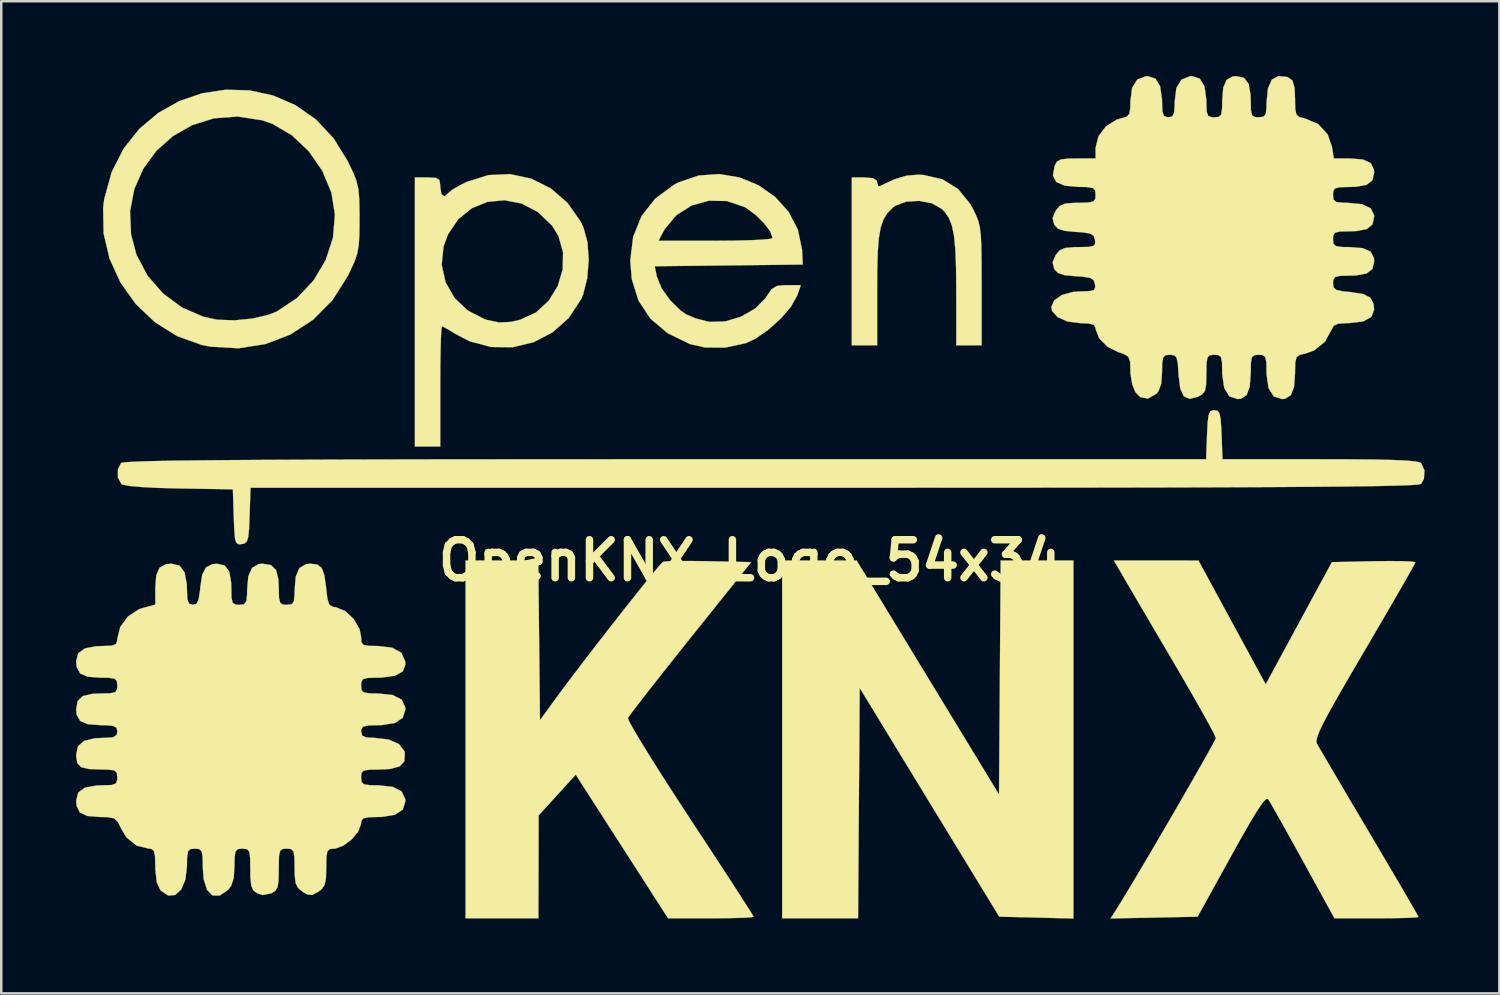
<source format=kicad_pcb>
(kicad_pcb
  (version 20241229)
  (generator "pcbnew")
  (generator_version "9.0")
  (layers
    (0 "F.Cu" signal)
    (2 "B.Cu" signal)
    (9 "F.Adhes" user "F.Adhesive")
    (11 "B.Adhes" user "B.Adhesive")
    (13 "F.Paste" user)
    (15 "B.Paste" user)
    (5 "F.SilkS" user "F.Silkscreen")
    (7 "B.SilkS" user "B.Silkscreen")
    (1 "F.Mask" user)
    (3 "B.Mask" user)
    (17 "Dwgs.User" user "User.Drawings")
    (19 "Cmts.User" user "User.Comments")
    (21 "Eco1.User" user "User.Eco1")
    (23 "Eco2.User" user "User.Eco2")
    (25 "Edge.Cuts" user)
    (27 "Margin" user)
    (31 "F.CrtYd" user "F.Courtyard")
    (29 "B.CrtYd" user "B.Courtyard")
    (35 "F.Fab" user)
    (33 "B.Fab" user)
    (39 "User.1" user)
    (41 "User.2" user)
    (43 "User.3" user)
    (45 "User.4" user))
  (footprint "OpenKNX_Logo_54x34"
    (layer "F.Cu")
    (at 27.056 19.436)
    (property "Reference" "OpenKNX_Logo_54x34" (at 0 0 0) (layer "F.SilkS") (effects (font (size 1.524 1.524) (thickness 0.3))))
    (attr through_hole)
    (fp_poly (pts (xy 7.114 4.693) (xy 9.97 9.386) (xy 10.003 4.693) (xy 10.036 0) (xy 12.954 0) (xy 12.954 14.359) (xy 9.979 14.287) (xy 4.381 5.111) (xy 4.315 14.351) (xy 1.27 14.351) (xy 1.27 0) (xy 4.258 0) (xy 7.114 4.693)) (stroke (width 0.01) (type solid)) (fill yes) (layer "F.SilkS"))
    (fp_poly (pts (xy 6.942 -15.466) (xy 7.704 -15.291) (xy 8.329 -14.902) (xy 8.82 -14.297) (xy 8.938 -14.081) (xy 9.054 -13.837) (xy 9.14 -13.614) (xy 9.2 -13.368) (xy 9.238 -13.055) (xy 9.259 -12.631) (xy 9.269 -12.052) (xy 9.271 -11.275) (xy 9.271 -11.024) (xy 9.271 -8.636) (xy 8.255 -8.636) (xy 8.254 -10.763) (xy 8.246 -11.719) (xy 8.219 -12.459) (xy 8.166 -13.019) (xy 8.08 -13.436) (xy 7.956 -13.748) (xy 7.786 -13.991) (xy 7.673 -14.106) (xy 7.278 -14.331) (xy 6.769 -14.428) (xy 6.246 -14.397) (xy 5.809 -14.234) (xy 5.711 -14.161) (xy 5.497 -13.941) (xy 5.337 -13.688) (xy 5.223 -13.364) (xy 5.148 -12.931) (xy 5.104 -12.35) (xy 5.084 -11.582) (xy 5.08 -10.863) (xy 5.08 -8.636) (xy 4.064 -8.636) (xy 4.064 -15.367) (xy 4.572 -15.367) (xy 4.919 -15.338) (xy 5.066 -15.239) (xy 5.08 -15.166) (xy 5.127 -15.017) (xy 5.175 -15.014) (xy 5.77 -15.291) (xy 6.254 -15.438) (xy 6.715 -15.477) (xy 6.942 -15.466)) (stroke (width 0.01) (type solid)) (fill yes) (layer "F.SilkS"))
    (fp_poly (pts (xy -8.479 3.204) (xy -8.445 6.407) (xy -7.942 5.712) (xy -7.576 5.214) (xy -7.132 4.623) (xy -6.632 3.968) (xy -6.102 3.279) (xy -5.564 2.588) (xy -5.042 1.923) (xy -4.56 1.315) (xy -4.141 0.793) (xy -3.808 0.388) (xy -3.586 0.131) (xy -3.502 0.05) (xy -3.325 0.031) (xy -2.946 0.02) (xy -2.418 0.018) (xy -1.793 0.025) (xy -1.663 0.028) (xy 0.026 0.064) (xy -2.415 3.111) (xy -3.024 3.874) (xy -3.581 4.578) (xy -4.067 5.196) (xy -4.462 5.704) (xy -4.746 6.075) (xy -4.898 6.285) (xy -4.918 6.319) (xy -4.865 6.458) (xy -4.685 6.783) (xy -4.395 7.27) (xy -4.01 7.895) (xy -3.544 8.633) (xy -3.013 9.458) (xy -2.432 10.347) (xy -2.427 10.355) (xy -1.844 11.24) (xy -1.309 12.058) (xy -0.835 12.784) (xy -0.439 13.394) (xy -0.137 13.865) (xy 0.057 14.172) (xy 0.127 14.291) (xy 0.127 14.291) (xy 0.008 14.313) (xy -0.319 14.331) (xy -0.808 14.344) (xy -1.412 14.351) (xy -1.59 14.351) (xy -3.307 14.351) (xy -4.184 12.986) (xy -4.612 12.32) (xy -5.112 11.542) (xy -5.62 10.752) (xy -6.036 10.104) (xy -7.011 8.588) (xy -7.754 9.406) (xy -8.498 10.223) (xy -8.503 12.287) (xy -8.509 14.351) (xy -11.43 14.351) (xy -11.43 0) (xy -8.513 0) (xy -8.479 3.204)) (stroke (width 0.01) (type solid)) (fill yes) (layer "F.SilkS"))
    (fp_poly (pts (xy -8.794 -15.319) (xy -8.017 -14.932) (xy -7.346 -14.355) (xy -6.818 -13.602) (xy -6.7 -13.357) (xy -6.539 -12.769) (xy -6.49 -12.057) (xy -6.55 -11.323) (xy -6.715 -10.669) (xy -6.792 -10.49) (xy -7.29 -9.734) (xy -7.942 -9.152) (xy -8.706 -8.756) (xy -9.543 -8.556) (xy -10.409 -8.566) (xy -11.266 -8.795) (xy -11.84 -9.094) (xy -12.141 -9.278) (xy -12.343 -9.386) (xy -12.38 -9.398) (xy -12.4 -9.278) (xy -12.418 -8.942) (xy -12.433 -8.431) (xy -12.442 -7.782) (xy -12.446 -7.036) (xy -12.446 -6.985) (xy -12.446 -4.572) (xy -13.462 -4.572) (xy -13.462 -11.862) (xy -12.388 -11.862) (xy -12.232 -11.161) (xy -11.874 -10.535) (xy -11.339 -10.026) (xy -10.654 -9.678) (xy -10.571 -9.651) (xy -10.077 -9.549) (xy -9.603 -9.574) (xy -9.236 -9.66) (xy -8.598 -9.956) (xy -8.091 -10.425) (xy -7.73 -11.016) (xy -7.534 -11.678) (xy -7.519 -12.363) (xy -7.702 -13.018) (xy -7.958 -13.435) (xy -8.534 -13.985) (xy -9.184 -14.322) (xy -9.868 -14.454) (xy -10.546 -14.389) (xy -11.177 -14.135) (xy -11.719 -13.699) (xy -12.132 -13.09) (xy -12.315 -12.594) (xy -12.388 -11.862) (xy -13.462 -11.862) (xy -13.462 -15.367) (xy -12.954 -15.367) (xy -12.628 -15.352) (xy -12.483 -15.27) (xy -12.447 -15.068) (xy -12.446 -14.986) (xy -12.398 -14.696) (xy -12.278 -14.606) (xy -12.122 -14.743) (xy -12.12 -14.745) (xy -11.964 -14.873) (xy -11.653 -15.054) (xy -11.383 -15.188) (xy -10.515 -15.462) (xy -9.64 -15.501) (xy -8.794 -15.319)) (stroke (width 0.01) (type solid)) (fill yes) (layer "F.SilkS"))
    (fp_poly (pts (xy -0.436 -15.366) (xy 0.323 -15.054) (xy 0.991 -14.586) (xy 1.53 -13.984) (xy 1.902 -13.27) (xy 2.069 -12.463) (xy 2.072 -12.409) (xy 2.095 -11.874) (xy -0.873 -11.84) (xy -3.841 -11.806) (xy -3.759 -11.396) (xy -3.572 -10.932) (xy -3.229 -10.445) (xy -2.801 -10.027) (xy -2.579 -9.875) (xy -2.208 -9.716) (xy -1.749 -9.595) (xy -1.622 -9.573) (xy -1.008 -9.593) (xy -0.376 -9.784) (xy 0.189 -10.108) (xy 0.603 -10.527) (xy 0.648 -10.598) (xy 0.847 -10.886) (xy 1.06 -11.016) (xy 1.397 -11.049) (xy 1.466 -11.049) (xy 2.019 -11.049) (xy 1.875 -10.636) (xy 1.631 -10.196) (xy 1.225 -9.717) (xy 0.724 -9.264) (xy 0.2 -8.901) (xy -0.182 -8.722) (xy -1.004 -8.544) (xy -1.827 -8.547) (xy -2.428 -8.684) (xy -3.32 -9.117) (xy -4.01 -9.7) (xy -4.493 -10.428) (xy -4.763 -11.292) (xy -4.823 -12.029) (xy -4.726 -12.827) (xy -3.69 -12.827) (xy -1.4 -12.827) (xy -0.669 -12.833) (xy -0.035 -12.848) (xy 0.463 -12.873) (xy 0.784 -12.903) (xy 0.889 -12.935) (xy 0.793 -13.198) (xy 0.544 -13.531) (xy 0.204 -13.867) (xy -0.165 -14.139) (xy -0.242 -14.183) (xy -0.947 -14.422) (xy -1.673 -14.436) (xy -2.366 -14.241) (xy -2.974 -13.854) (xy -3.445 -13.29) (xy -3.508 -13.176) (xy -3.69 -12.827) (xy -4.726 -12.827) (xy -4.707 -12.985) (xy -4.369 -13.82) (xy -3.818 -14.522) (xy -3.062 -15.077) (xy -2.89 -15.168) (xy -2.081 -15.444) (xy -1.25 -15.504) (xy -0.436 -15.366)) (stroke (width 0.01) (type solid)) (fill yes) (layer "F.SilkS"))
    (fp_poly (pts (xy -20.087 -18.859) (xy -19.146 -18.654) (xy -18.253 -18.267) (xy -17.434 -17.695) (xy -16.72 -16.933) (xy -16.164 -16.032) (xy -15.949 -15.585) (xy -15.81 -15.236) (xy -15.731 -14.905) (xy -15.695 -14.51) (xy -15.685 -13.973) (xy -15.684 -13.716) (xy -15.689 -13.103) (xy -15.713 -12.665) (xy -15.774 -12.319) (xy -15.888 -11.986) (xy -16.073 -11.585) (xy -16.164 -11.4) (xy -16.77 -10.445) (xy -17.542 -9.664) (xy -18.449 -9.072) (xy -19.459 -8.684) (xy -20.54 -8.515) (xy -21.661 -8.579) (xy -22.02 -8.65) (xy -23.011 -9.007) (xy -23.9 -9.567) (xy -24.662 -10.294) (xy -25.274 -11.154) (xy -25.711 -12.11) (xy -25.951 -13.127) (xy -25.966 -14.016) (xy -24.889 -14.016) (xy -24.849 -13.082) (xy -24.634 -12.273) (xy -24.194 -11.434) (xy -23.568 -10.713) (xy -22.803 -10.148) (xy -21.944 -9.777) (xy -21.401 -9.662) (xy -20.71 -9.635) (xy -19.983 -9.706) (xy -19.327 -9.859) (xy -19.004 -9.989) (xy -18.188 -10.533) (xy -17.527 -11.234) (xy -17.042 -12.052) (xy -16.75 -12.946) (xy -16.67 -13.875) (xy -16.811 -14.757) (xy -17.18 -15.642) (xy -17.725 -16.425) (xy -18.405 -17.065) (xy -19.178 -17.518) (xy -19.591 -17.662) (xy -20.58 -17.812) (xy -21.523 -17.74) (xy -22.396 -17.468) (xy -23.175 -17.024) (xy -23.837 -16.432) (xy -24.359 -15.716) (xy -24.718 -14.903) (xy -24.889 -14.016) (xy -25.966 -14.016) (xy -25.969 -14.169) (xy -25.923 -14.51) (xy -25.621 -15.595) (xy -25.141 -16.534) (xy -24.51 -17.323) (xy -23.757 -17.957) (xy -22.91 -18.433) (xy -21.997 -18.744) (xy -21.047 -18.888) (xy -20.087 -18.859)) (stroke (width 0.01) (type solid)) (fill yes) (layer "F.SilkS"))
    (fp_poly (pts (xy 18.735 -6.008) (xy 18.815 -5.901) (xy 18.861 -5.66) (xy 18.889 -5.233) (xy 18.897 -5.048) (xy 18.934 -4.064) (xy 22.84 -4.064) (xy 24.039 -4.061) (xy 25.002 -4.052) (xy 25.747 -4.035) (xy 26.292 -4.011) (xy 26.656 -3.978) (xy 26.855 -3.936) (xy 26.899 -3.912) (xy 27.035 -3.621) (xy 27.015 -3.277) (xy 26.899 -3.073) (xy 26.824 -3.054) (xy 26.634 -3.036) (xy 26.32 -3.019) (xy 25.875 -3.004) (xy 25.289 -2.991) (xy 24.554 -2.979) (xy 23.661 -2.968) (xy 22.603 -2.959) (xy 21.369 -2.95) (xy 19.952 -2.943) (xy 18.343 -2.937) (xy 16.534 -2.932) (xy 14.516 -2.928) (xy 12.281 -2.925) (xy 9.819 -2.923) (xy 7.123 -2.922) (xy 4.184 -2.921) (xy 3.345 -2.921) (xy -20.056 -2.921) (xy -20.093 -1.81) (xy -20.115 -1.275) (xy -20.148 -0.943) (xy -20.206 -0.763) (xy -20.302 -0.683) (xy -20.41 -0.659) (xy -20.545 -0.653) (xy -20.63 -0.716) (xy -20.68 -0.894) (xy -20.708 -1.234) (xy -20.728 -1.738) (xy -20.765 -2.857) (xy -22.914 -2.892) (xy -23.76 -2.914) (xy -24.439 -2.949) (xy -24.927 -2.994) (xy -25.197 -3.048) (xy -25.232 -3.067) (xy -25.377 -3.328) (xy -25.376 -3.662) (xy -25.248 -3.912) (xy -25.172 -3.932) (xy -24.98 -3.95) (xy -24.664 -3.967) (xy -24.214 -3.983) (xy -23.623 -3.997) (xy -22.88 -4.009) (xy -21.977 -4.02) (xy -20.905 -4.029) (xy -19.656 -4.037) (xy -18.22 -4.044) (xy -16.589 -4.05) (xy -14.754 -4.055) (xy -12.705 -4.059) (xy -10.434 -4.061) (xy -7.933 -4.063) (xy -5.192 -4.064) (xy -3.409 -4.064) (xy 18.277 -4.064) (xy 18.314 -5.048) (xy 18.339 -5.546) (xy 18.378 -5.841) (xy 18.446 -5.986) (xy 18.558 -6.031) (xy 18.605 -6.032) (xy 18.735 -6.008)) (stroke (width 0.01) (type solid)) (fill yes) (layer "F.SilkS"))
    (fp_poly (pts (xy 16.276 0.000429) (xy 17.971 0.001) (xy 19.319 2.484) (xy 20.668 4.967) (xy 23.323 0.064) (xy 24.996 0.028) (xy 25.615 0.021) (xy 26.13 0.025) (xy 26.495 0.04) (xy 26.664 0.065) (xy 26.67 0.071) (xy 26.608 0.196) (xy 26.432 0.513) (xy 26.158 0.995) (xy 25.801 1.615) (xy 25.376 2.347) (xy 24.899 3.163) (xy 24.629 3.623) (xy 24.053 4.606) (xy 23.597 5.396) (xy 23.249 6.014) (xy 22.997 6.483) (xy 22.83 6.827) (xy 22.736 7.069) (xy 22.702 7.231) (xy 22.718 7.337) (xy 22.725 7.35) (xy 22.822 7.521) (xy 23.032 7.88) (xy 23.337 8.4) (xy 23.719 9.05) (xy 24.163 9.801) (xy 24.65 10.624) (xy 24.829 10.927) (xy 25.319 11.756) (xy 25.765 12.513) (xy 26.151 13.171) (xy 26.46 13.702) (xy 26.677 14.08) (xy 26.787 14.278) (xy 26.797 14.3) (xy 26.678 14.319) (xy 26.351 14.334) (xy 25.864 14.346) (xy 25.263 14.351) (xy 25.111 14.351) (xy 23.426 14.351) (xy 22.159 12.046) (xy 21.771 11.343) (xy 21.418 10.709) (xy 21.121 10.181) (xy 20.901 9.795) (xy 20.777 9.587) (xy 20.764 9.567) (xy 20.689 9.564) (xy 20.554 9.703) (xy 20.348 10) (xy 20.059 10.473) (xy 19.676 11.141) (xy 19.287 11.84) (xy 17.936 14.287) (xy 16.19 14.323) (xy 14.444 14.358) (xy 14.631 14.069) (xy 14.85 13.719) (xy 15.152 13.221) (xy 15.519 12.607) (xy 15.933 11.908) (xy 16.373 11.158) (xy 16.823 10.388) (xy 17.262 9.63) (xy 17.673 8.916) (xy 18.037 8.28) (xy 18.335 7.751) (xy 18.548 7.364) (xy 18.658 7.15) (xy 18.669 7.119) (xy 18.607 6.973) (xy 18.432 6.639) (xy 18.161 6.148) (xy 17.811 5.529) (xy 17.4 4.815) (xy 16.975 4.087) (xy 16.499 3.278) (xy 16.047 2.509) (xy 15.641 1.817) (xy 15.303 1.24) (xy 15.053 0.814) (xy 14.931 0.603) (xy 14.581 0) (xy 16.276 0.000429)) (stroke (width 0.01) (type solid)) (fill yes) (layer "F.SilkS"))
    (fp_poly (pts (xy 19.799 -19.36) (xy 19.981 -19.125) (xy 20.059 -18.693) (xy 20.066 -18.453) (xy 20.075 -18.062) (xy 20.122 -17.862) (xy 20.236 -17.789) (xy 20.384 -17.78) (xy 20.578 -17.803) (xy 20.671 -17.918) (xy 20.7 -18.192) (xy 20.701 -18.36) (xy 20.755 -18.932) (xy 20.915 -19.292) (xy 21.174 -19.43) (xy 21.203 -19.431) (xy 21.542 -19.397) (xy 21.737 -19.261) (xy 21.825 -18.971) (xy 21.844 -18.544) (xy 21.851 -18.131) (xy 21.893 -17.904) (xy 22.006 -17.795) (xy 22.222 -17.736) (xy 22.251 -17.73) (xy 22.777 -17.506) (xy 23.152 -17.096) (xy 23.323 -16.613) (xy 23.4 -16.129) (xy 24.057 -16.129) (xy 24.574 -16.086) (xy 24.881 -15.944) (xy 25.01 -15.684) (xy 25.019 -15.557) (xy 24.948 -15.253) (xy 24.713 -15.071) (xy 24.281 -14.993) (xy 24.041 -14.986) (xy 23.65 -14.977) (xy 23.45 -14.93) (xy 23.377 -14.816) (xy 23.368 -14.668) (xy 23.391 -14.474) (xy 23.506 -14.381) (xy 23.78 -14.352) (xy 23.948 -14.351) (xy 24.526 -14.296) (xy 24.881 -14.129) (xy 25.017 -13.848) (xy 25.019 -13.8) (xy 24.952 -13.487) (xy 24.728 -13.299) (xy 24.313 -13.217) (xy 24.041 -13.208) (xy 23.65 -13.199) (xy 23.45 -13.152) (xy 23.377 -13.038) (xy 23.368 -12.89) (xy 23.387 -12.706) (xy 23.486 -12.612) (xy 23.729 -12.577) (xy 24.041 -12.573) (xy 24.562 -12.531) (xy 24.874 -12.394) (xy 25.008 -12.142) (xy 25.019 -12.002) (xy 24.948 -11.697) (xy 24.713 -11.515) (xy 24.281 -11.437) (xy 24.041 -11.43) (xy 23.65 -11.42) (xy 23.449 -11.373) (xy 23.377 -11.259) (xy 23.368 -11.128) (xy 23.392 -10.954) (xy 23.505 -10.854) (xy 23.767 -10.798) (xy 24.078 -10.768) (xy 24.575 -10.692) (xy 24.867 -10.544) (xy 24.997 -10.29) (xy 25.017 -10.069) (xy 24.908 -9.773) (xy 24.575 -9.592) (xy 24.017 -9.525) (xy 23.956 -9.525) (xy 23.588 -9.505) (xy 23.395 -9.421) (xy 23.299 -9.24) (xy 23.298 -9.239) (xy 23.037 -8.771) (xy 22.613 -8.429) (xy 22.268 -8.306) (xy 22.029 -8.25) (xy 21.902 -8.153) (xy 21.853 -7.945) (xy 21.844 -7.559) (xy 21.844 -7.504) (xy 21.804 -6.96) (xy 21.674 -6.631) (xy 21.441 -6.488) (xy 21.32 -6.477) (xy 20.988 -6.587) (xy 20.783 -6.918) (xy 20.702 -7.47) (xy 20.701 -7.566) (xy 20.693 -7.962) (xy 20.648 -8.168) (xy 20.538 -8.244) (xy 20.384 -8.255) (xy 20.205 -8.238) (xy 20.11 -8.147) (xy 20.073 -7.921) (xy 20.066 -7.518) (xy 20.027 -6.971) (xy 19.901 -6.638) (xy 19.673 -6.49) (xy 19.542 -6.477) (xy 19.21 -6.587) (xy 19.005 -6.918) (xy 18.924 -7.47) (xy 18.923 -7.566) (xy 18.915 -7.962) (xy 18.87 -8.168) (xy 18.76 -8.244) (xy 18.605 -8.255) (xy 18.43 -8.239) (xy 18.335 -8.151) (xy 18.296 -7.932) (xy 18.288 -7.522) (xy 18.288 -7.49) (xy 18.278 -7.058) (xy 18.23 -6.806) (xy 18.119 -6.664) (xy 17.961 -6.576) (xy 17.619 -6.485) (xy 17.384 -6.588) (xy 17.24 -6.901) (xy 17.172 -7.443) (xy 17.171 -7.474) (xy 17.143 -7.904) (xy 17.093 -8.138) (xy 16.997 -8.235) (xy 16.827 -8.255) (xy 16.821 -8.255) (xy 16.641 -8.235) (xy 16.548 -8.134) (xy 16.514 -7.889) (xy 16.51 -7.576) (xy 16.477 -7.093) (xy 16.367 -6.791) (xy 16.278 -6.687) (xy 15.942 -6.496) (xy 15.637 -6.557) (xy 15.438 -6.759) (xy 15.314 -7.064) (xy 15.245 -7.484) (xy 15.24 -7.628) (xy 15.227 -7.99) (xy 15.151 -8.184) (xy 14.953 -8.297) (xy 14.746 -8.363) (xy 14.314 -8.581) (xy 13.992 -8.909) (xy 13.846 -9.276) (xy 13.843 -9.33) (xy 13.779 -9.452) (xy 13.555 -9.512) (xy 13.208 -9.525) (xy 12.713 -9.59) (xy 12.324 -9.763) (xy 12.098 -10.011) (xy 12.065 -10.16) (xy 12.182 -10.436) (xy 12.494 -10.652) (xy 12.944 -10.777) (xy 13.217 -10.795) (xy 13.595 -10.805) (xy 13.78 -10.853) (xy 13.83 -10.967) (xy 13.82 -11.081) (xy 13.768 -11.245) (xy 13.629 -11.338) (xy 13.339 -11.386) (xy 13.05 -11.405) (xy 12.601 -11.448) (xy 12.337 -11.534) (xy 12.192 -11.685) (xy 12.184 -11.699) (xy 12.119 -11.962) (xy 12.242 -12.252) (xy 12.249 -12.264) (xy 12.406 -12.446) (xy 12.619 -12.539) (xy 12.972 -12.571) (xy 13.156 -12.573) (xy 13.557 -12.581) (xy 13.762 -12.622) (xy 13.828 -12.72) (xy 13.82 -12.859) (xy 13.768 -13.023) (xy 13.629 -13.116) (xy 13.339 -13.164) (xy 13.05 -13.183) (xy 12.601 -13.226) (xy 12.337 -13.312) (xy 12.192 -13.463) (xy 12.184 -13.477) (xy 12.119 -13.74) (xy 12.242 -14.03) (xy 12.249 -14.042) (xy 12.407 -14.226) (xy 12.623 -14.318) (xy 12.981 -14.349) (xy 13.147 -14.351) (xy 13.546 -14.359) (xy 13.754 -14.403) (xy 13.832 -14.511) (xy 13.843 -14.668) (xy 13.824 -14.854) (xy 13.723 -14.948) (xy 13.478 -14.983) (xy 13.176 -14.988) (xy 12.607 -15.037) (xy 12.264 -15.187) (xy 12.133 -15.45) (xy 12.202 -15.835) (xy 12.205 -15.843) (xy 12.293 -16.004) (xy 12.453 -16.09) (xy 12.75 -16.124) (xy 13.077 -16.129) (xy 13.843 -16.129) (xy 13.843 -16.555) (xy 13.959 -17.021) (xy 14.265 -17.424) (xy 14.696 -17.69) (xy 14.855 -17.735) (xy 15.087 -17.8) (xy 15.2 -17.924) (xy 15.237 -18.182) (xy 15.24 -18.422) (xy 15.308 -18.963) (xy 15.516 -19.296) (xy 15.867 -19.428) (xy 15.943 -19.431) (xy 16.246 -19.331) (xy 16.433 -19.023) (xy 16.508 -18.496) (xy 16.51 -18.36) (xy 16.526 -18) (xy 16.593 -17.828) (xy 16.74 -17.78) (xy 16.764 -17.78) (xy 16.917 -17.814) (xy 16.993 -17.958) (xy 17.017 -18.274) (xy 17.018 -18.406) (xy 17.083 -18.952) (xy 17.284 -19.289) (xy 17.626 -19.426) (xy 17.721 -19.431) (xy 18.024 -19.331) (xy 18.211 -19.023) (xy 18.286 -18.496) (xy 18.288 -18.36) (xy 18.301 -18.004) (xy 18.364 -17.834) (xy 18.514 -17.783) (xy 18.605 -17.78) (xy 18.79 -17.799) (xy 18.884 -17.898) (xy 18.919 -18.141) (xy 18.923 -18.453) (xy 18.965 -18.974) (xy 19.102 -19.286) (xy 19.354 -19.42) (xy 19.494 -19.431) (xy 19.799 -19.36)) (stroke (width 0.01) (type solid)) (fill yes) (layer "F.SilkS"))
    (fp_poly (pts (xy -17.379 0.161) (xy -17.203 0.296) (xy -17.096 0.58) (xy -17.027 1.063) (xy -17.019 1.143) (xy -16.971 1.546) (xy -16.9 1.76) (xy -16.768 1.853) (xy -16.61 1.881) (xy -16.245 2.034) (xy -15.913 2.352) (xy -15.683 2.751) (xy -15.621 3.058) (xy -15.608 3.272) (xy -15.526 3.383) (xy -15.313 3.423) (xy -14.942 3.429) (xy -14.369 3.497) (xy -14.006 3.702) (xy -13.85 4.047) (xy -13.843 4.165) (xy -13.947 4.447) (xy -14.264 4.622) (xy -14.805 4.696) (xy -14.978 4.699) (xy -15.358 4.709) (xy -15.548 4.76) (xy -15.614 4.884) (xy -15.621 5.016) (xy -15.603 5.199) (xy -15.506 5.294) (xy -15.267 5.329) (xy -14.932 5.334) (xy -14.353 5.395) (xy -13.994 5.58) (xy -13.847 5.891) (xy -13.843 5.969) (xy -13.948 6.306) (xy -14.264 6.516) (xy -14.799 6.602) (xy -14.932 6.604) (xy -15.332 6.615) (xy -15.539 6.664) (xy -15.614 6.773) (xy -15.621 6.858) (xy -15.581 7.021) (xy -15.417 7.095) (xy -15.081 7.114) (xy -14.51 7.181) (xy -14.099 7.365) (xy -13.883 7.647) (xy -13.865 7.725) (xy -13.885 8.053) (xy -14.076 8.259) (xy -14.464 8.362) (xy -14.875 8.382) (xy -15.291 8.389) (xy -15.515 8.427) (xy -15.604 8.522) (xy -15.621 8.7) (xy -15.603 8.882) (xy -15.506 8.977) (xy -15.267 9.012) (xy -14.932 9.017) (xy -14.353 9.078) (xy -13.994 9.263) (xy -13.847 9.574) (xy -13.843 9.652) (xy -13.948 9.989) (xy -14.264 10.199) (xy -14.799 10.285) (xy -14.932 10.287) (xy -15.331 10.298) (xy -15.538 10.346) (xy -15.613 10.454) (xy -15.621 10.551) (xy -15.726 10.855) (xy -15.987 11.175) (xy -16.323 11.433) (xy -16.653 11.555) (xy -16.691 11.557) (xy -16.872 11.572) (xy -16.97 11.657) (xy -17.01 11.872) (xy -17.018 12.276) (xy -17.018 12.316) (xy -17.031 12.756) (xy -17.087 13.022) (xy -17.211 13.191) (xy -17.335 13.283) (xy -17.584 13.418) (xy -17.78 13.396) (xy -17.971 13.283) (xy -18.151 13.134) (xy -18.247 12.938) (xy -18.284 12.617) (xy -18.288 12.316) (xy -18.295 11.895) (xy -18.332 11.668) (xy -18.424 11.575) (xy -18.596 11.557) (xy -18.605 11.557) (xy -18.776 11.571) (xy -18.871 11.653) (xy -18.913 11.859) (xy -18.923 12.246) (xy -18.923 12.385) (xy -18.932 12.84) (xy -18.974 13.108) (xy -19.068 13.258) (xy -19.224 13.351) (xy -19.571 13.42) (xy -19.796 13.344) (xy -19.945 13.229) (xy -20.027 13.042) (xy -20.061 12.717) (xy -20.066 12.378) (xy -20.072 11.936) (xy -20.103 11.69) (xy -20.184 11.583) (xy -20.334 11.557) (xy -20.384 11.557) (xy -20.565 11.575) (xy -20.66 11.671) (xy -20.696 11.907) (xy -20.701 12.255) (xy -20.73 12.736) (xy -20.832 13.049) (xy -20.955 13.208) (xy -21.292 13.44) (xy -21.58 13.436) (xy -21.8 13.211) (xy -21.936 12.783) (xy -21.971 12.31) (xy -21.978 11.891) (xy -22.016 11.666) (xy -22.109 11.574) (xy -22.284 11.557) (xy -22.288 11.557) (xy -22.47 11.575) (xy -22.565 11.671) (xy -22.601 11.907) (xy -22.606 12.255) (xy -22.668 12.796) (xy -22.833 13.192) (xy -23.073 13.415) (xy -23.358 13.439) (xy -23.658 13.238) (xy -23.666 13.23) (xy -23.816 12.917) (xy -23.875 12.396) (xy -23.876 12.277) (xy -23.887 11.865) (xy -23.932 11.648) (xy -24.033 11.566) (xy -24.124 11.557) (xy -24.626 11.438) (xy -25.036 11.103) (xy -25.234 10.775) (xy -25.375 10.487) (xy -25.527 10.343) (xy -25.777 10.293) (xy -26.098 10.287) (xy -26.601 10.247) (xy -26.9 10.109) (xy -27.033 9.845) (xy -27.051 9.631) (xy -26.969 9.311) (xy -26.705 9.113) (xy -26.238 9.025) (xy -25.98 9.017) (xy -25.624 9.004) (xy -25.454 8.941) (xy -25.403 8.791) (xy -25.4 8.7) (xy -25.421 8.51) (xy -25.528 8.416) (xy -25.786 8.385) (xy -26.025 8.382) (xy -26.538 8.364) (xy -26.848 8.29) (xy -27.002 8.133) (xy -27.05 7.865) (xy -27.051 7.794) (xy -26.978 7.453) (xy -26.74 7.237) (xy -26.308 7.131) (xy -25.9 7.112) (xy -25.571 7.09) (xy -25.427 7.001) (xy -25.4 6.858) (xy -25.431 6.709) (xy -25.567 6.633) (xy -25.867 6.606) (xy -26.073 6.604) (xy -26.586 6.565) (xy -26.892 6.433) (xy -27.032 6.181) (xy -27.051 5.969) (xy -26.991 5.636) (xy -26.787 5.437) (xy -26.4 5.347) (xy -26.073 5.334) (xy -25.682 5.325) (xy -25.482 5.278) (xy -25.409 5.164) (xy -25.4 5.016) (xy -25.419 4.832) (xy -25.518 4.738) (xy -25.761 4.703) (xy -26.073 4.699) (xy -26.584 4.661) (xy -26.889 4.53) (xy -27.029 4.277) (xy -27.051 4.043) (xy -26.969 3.723) (xy -26.705 3.525) (xy -26.238 3.437) (xy -25.98 3.429) (xy -25.622 3.415) (xy -25.452 3.35) (xy -25.401 3.203) (xy -25.4 3.143) (xy -25.282 2.663) (xy -24.972 2.242) (xy -24.529 1.953) (xy -24.39 1.907) (xy -23.876 1.768) (xy -23.876 1.1) (xy -23.838 0.591) (xy -23.705 0.287) (xy -23.45 0.148) (xy -23.22 0.127) (xy -22.9 0.209) (xy -22.702 0.473) (xy -22.614 0.94) (xy -22.606 1.198) (xy -22.589 1.561) (xy -22.519 1.733) (xy -22.372 1.778) (xy -22.368 1.778) (xy -22.225 1.736) (xy -22.139 1.571) (xy -22.085 1.227) (xy -22.071 1.068) (xy -21.994 0.568) (xy -21.844 0.276) (xy -21.591 0.147) (xy -21.393 0.129) (xy -21.092 0.2) (xy -20.911 0.438) (xy -20.834 0.875) (xy -20.828 1.105) (xy -20.819 1.496) (xy -20.772 1.696) (xy -20.658 1.769) (xy -20.511 1.778) (xy -20.316 1.755) (xy -20.223 1.64) (xy -20.194 1.366) (xy -20.193 1.198) (xy -20.146 0.64) (xy -19.995 0.295) (xy -19.727 0.141) (xy -19.579 0.127) (xy -19.237 0.183) (xy -19.032 0.38) (xy -18.938 0.756) (xy -18.923 1.105) (xy -18.914 1.496) (xy -18.867 1.696) (xy -18.753 1.769) (xy -18.605 1.778) (xy -18.411 1.755) (xy -18.318 1.64) (xy -18.289 1.366) (xy -18.288 1.198) (xy -18.242 0.644) (xy -18.095 0.301) (xy -17.831 0.144) (xy -17.656 0.127) (xy -17.379 0.161)) (stroke (width 0.01) (type solid)) (fill yes) (layer "F.SilkS")))
  (gr_rect
    (start -3 -3)
    (end 57.096 36.8)
    (stroke (width 0.1) (type default))
    (fill no)
    (layer "Edge.Cuts")))
</source>
